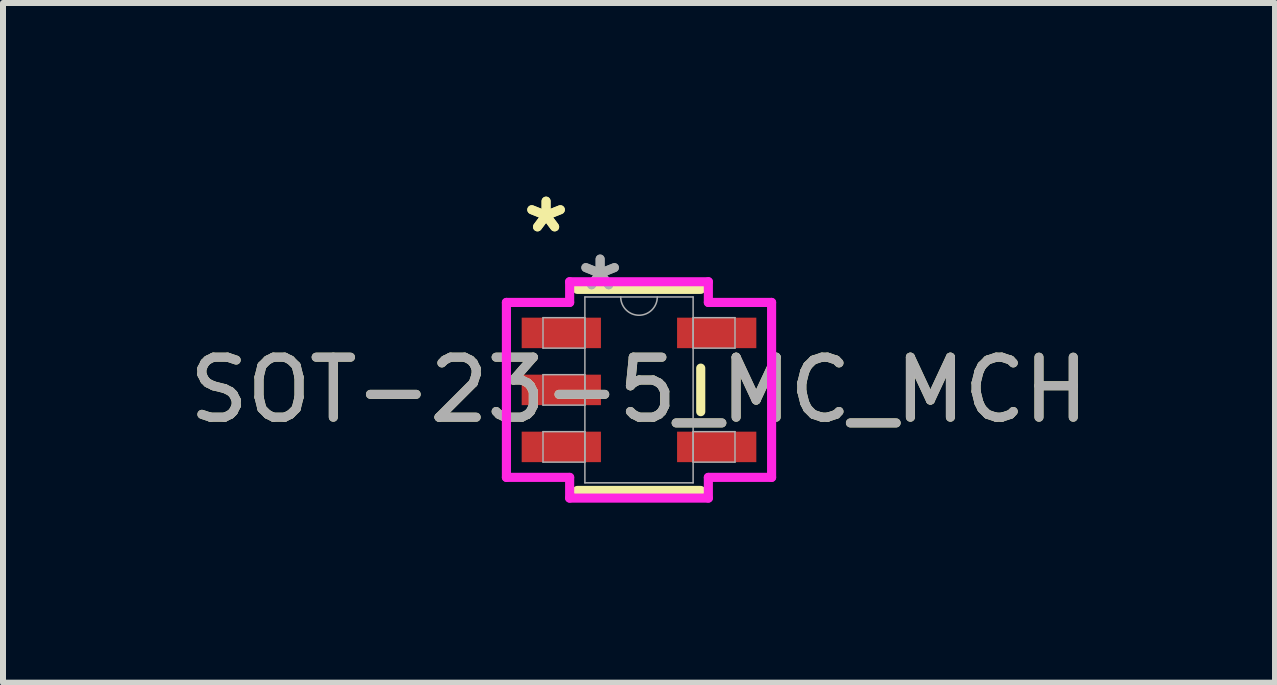
<source format=kicad_pcb>
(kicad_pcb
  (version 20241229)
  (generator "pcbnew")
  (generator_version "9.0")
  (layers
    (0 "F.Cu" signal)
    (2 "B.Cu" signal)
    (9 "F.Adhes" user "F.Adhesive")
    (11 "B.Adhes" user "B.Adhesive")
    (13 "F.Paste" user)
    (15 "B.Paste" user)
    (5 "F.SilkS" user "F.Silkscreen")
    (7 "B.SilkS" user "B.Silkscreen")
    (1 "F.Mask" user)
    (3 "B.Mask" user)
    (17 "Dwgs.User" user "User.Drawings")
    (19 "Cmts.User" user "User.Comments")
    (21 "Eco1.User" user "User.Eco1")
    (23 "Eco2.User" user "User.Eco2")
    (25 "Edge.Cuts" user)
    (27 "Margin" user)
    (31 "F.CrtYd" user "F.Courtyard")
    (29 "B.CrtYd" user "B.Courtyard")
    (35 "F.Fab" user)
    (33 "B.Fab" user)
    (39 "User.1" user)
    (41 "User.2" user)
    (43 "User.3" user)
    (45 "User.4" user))
  (footprint "SOT-23-5_MC_MCH"
    (layer "F.Cu")
    (at 7.601 3.449)
    (property "Reference" "SOT-23-5_MC_MCH" (at 0 0 0) (unlocked yes) (layer "F.SilkS") (effects (font (size 1 1) (thickness 0.15))))
    (attr smd)
    (fp_line (start -1.029 1.676) (end 1.029 1.676) (stroke (width 0.152) (type solid)) (layer "F.SilkS"))
    (fp_line (start 1.029 -1.676) (end -1.029 -1.676) (stroke (width 0.152) (type solid)) (layer "F.SilkS"))
    (fp_line (start 1.029 0.363) (end 1.029 -0.363) (stroke (width 0.152) (type solid)) (layer "F.SilkS"))
    (fp_line (start -2.21 -1.458) (end -1.156 -1.458) (stroke (width 0.152) (type solid)) (layer "F.CrtYd"))
    (fp_line (start -2.21 1.458) (end -2.21 -1.458) (stroke (width 0.152) (type solid)) (layer "F.CrtYd"))
    (fp_line (start -1.156 -1.803) (end 1.156 -1.803) (stroke (width 0.152) (type solid)) (layer "F.CrtYd"))
    (fp_line (start -1.156 -1.458) (end -1.156 -1.803) (stroke (width 0.152) (type solid)) (layer "F.CrtYd"))
    (fp_line (start -1.156 1.458) (end -2.21 1.458) (stroke (width 0.152) (type solid)) (layer "F.CrtYd"))
    (fp_line (start -1.156 1.803) (end -1.156 1.458) (stroke (width 0.152) (type solid)) (layer "F.CrtYd"))
    (fp_line (start 1.156 -1.803) (end 1.156 -1.458) (stroke (width 0.152) (type solid)) (layer "F.CrtYd"))
    (fp_line (start 1.156 -1.458) (end 2.21 -1.458) (stroke (width 0.152) (type solid)) (layer "F.CrtYd"))
    (fp_line (start 1.156 1.458) (end 1.156 1.803) (stroke (width 0.152) (type solid)) (layer "F.CrtYd"))
    (fp_line (start 1.156 1.803) (end -1.156 1.803) (stroke (width 0.152) (type solid)) (layer "F.CrtYd"))
    (fp_line (start 2.21 -1.458) (end 2.21 1.458) (stroke (width 0.152) (type solid)) (layer "F.CrtYd"))
    (fp_line (start 2.21 1.458) (end 1.156 1.458) (stroke (width 0.152) (type solid)) (layer "F.CrtYd"))
    (fp_line (start -1.6 -1.204) (end -1.6 -0.696) (stroke (width 0.025) (type solid)) (layer "F.Fab"))
    (fp_line (start -1.6 -0.696) (end -0.902 -0.696) (stroke (width 0.025) (type solid)) (layer "F.Fab"))
    (fp_line (start -1.6 -0.254) (end -1.6 0.254) (stroke (width 0.025) (type solid)) (layer "F.Fab"))
    (fp_line (start -1.6 0.254) (end -0.902 0.254) (stroke (width 0.025) (type solid)) (layer "F.Fab"))
    (fp_line (start -1.6 0.696) (end -1.6 1.204) (stroke (width 0.025) (type solid)) (layer "F.Fab"))
    (fp_line (start -1.6 1.204) (end -0.902 1.204) (stroke (width 0.025) (type solid)) (layer "F.Fab"))
    (fp_line (start -0.902 -1.549) (end -0.902 1.549) (stroke (width 0.025) (type solid)) (layer "F.Fab"))
    (fp_line (start -0.902 -1.204) (end -1.6 -1.204) (stroke (width 0.025) (type solid)) (layer "F.Fab"))
    (fp_line (start -0.902 -0.696) (end -0.902 -1.204) (stroke (width 0.025) (type solid)) (layer "F.Fab"))
    (fp_line (start -0.902 -0.254) (end -1.6 -0.254) (stroke (width 0.025) (type solid)) (layer "F.Fab"))
    (fp_line (start -0.902 0.254) (end -0.902 -0.254) (stroke (width 0.025) (type solid)) (layer "F.Fab"))
    (fp_line (start -0.902 0.696) (end -1.6 0.696) (stroke (width 0.025) (type solid)) (layer "F.Fab"))
    (fp_line (start -0.902 1.204) (end -0.902 0.696) (stroke (width 0.025) (type solid)) (layer "F.Fab"))
    (fp_line (start -0.902 1.549) (end 0.902 1.549) (stroke (width 0.025) (type solid)) (layer "F.Fab"))
    (fp_line (start 0.902 -1.549) (end -0.902 -1.549) (stroke (width 0.025) (type solid)) (layer "F.Fab"))
    (fp_line (start 0.902 -1.204) (end 0.902 -0.696) (stroke (width 0.025) (type solid)) (layer "F.Fab"))
    (fp_line (start 0.902 -0.696) (end 1.6 -0.696) (stroke (width 0.025) (type solid)) (layer "F.Fab"))
    (fp_line (start 0.902 0.696) (end 0.902 1.204) (stroke (width 0.025) (type solid)) (layer "F.Fab"))
    (fp_line (start 0.902 1.204) (end 1.6 1.204) (stroke (width 0.025) (type solid)) (layer "F.Fab"))
    (fp_line (start 0.902 1.549) (end 0.902 -1.549) (stroke (width 0.025) (type solid)) (layer "F.Fab"))
    (fp_line (start 1.6 -1.204) (end 0.902 -1.204) (stroke (width 0.025) (type solid)) (layer "F.Fab"))
    (fp_line (start 1.6 -0.696) (end 1.6 -1.204) (stroke (width 0.025) (type solid)) (layer "F.Fab"))
    (fp_line (start 1.6 0.696) (end 0.902 0.696) (stroke (width 0.025) (type solid)) (layer "F.Fab"))
    (fp_line (start 1.6 1.204) (end 1.6 0.696) (stroke (width 0.025) (type solid)) (layer "F.Fab"))
    (fp_arc (start 0.3048 -1.5494) (mid 0 -1.2446) (end -0.3048 -1.5494) (stroke (width 0.0254) (type solid)) (layer "F.Fab"))
    (fp_text user "*" (at -1.549 -2.601 0) (layer "F.SilkS") (effects (font (size 1 1) (thickness 0.15))))
    (fp_text user "*" (at -1.549 -2.601 0) (unlocked yes) (layer "F.SilkS") (effects (font (size 1 1) (thickness 0.15))))
    (fp_text user "${REFERENCE}" (at 0 0 0) (unlocked yes) (layer "F.Fab") (effects (font (size 1 1) (thickness 0.15))))
    (fp_text user "*" (at -0.648 -1.636 0) (layer "F.Fab") (effects (font (size 1 1) (thickness 0.15))))
    (fp_text user "*" (at -0.648 -1.636 0) (unlocked yes) (layer "F.Fab") (effects (font (size 1 1) (thickness 0.15))))
    (pad "1" smd rect (at -1.295 -0.95) (size 1.321 0.508) (layers "F.Cu" "F.Mask" "F.Paste"))
    (pad "2" smd rect (at -1.295 0) (size 1.321 0.508) (layers "F.Cu" "F.Mask" "F.Paste"))
    (pad "3" smd rect (at -1.295 0.95) (size 1.321 0.508) (layers "F.Cu" "F.Mask" "F.Paste"))
    (pad "4" smd rect (at 1.295 0.95) (size 1.321 0.508) (layers "F.Cu" "F.Mask" "F.Paste"))
    (pad "5" smd rect (at 1.295 -0.95) (size 1.321 0.508) (layers "F.Cu" "F.Mask" "F.Paste")))
  (gr_rect
    (start -3 -3)
    (end 18.202 8.329)
    (stroke (width 0.1) (type default))
    (fill no)
    (layer "Edge.Cuts")))
</source>
